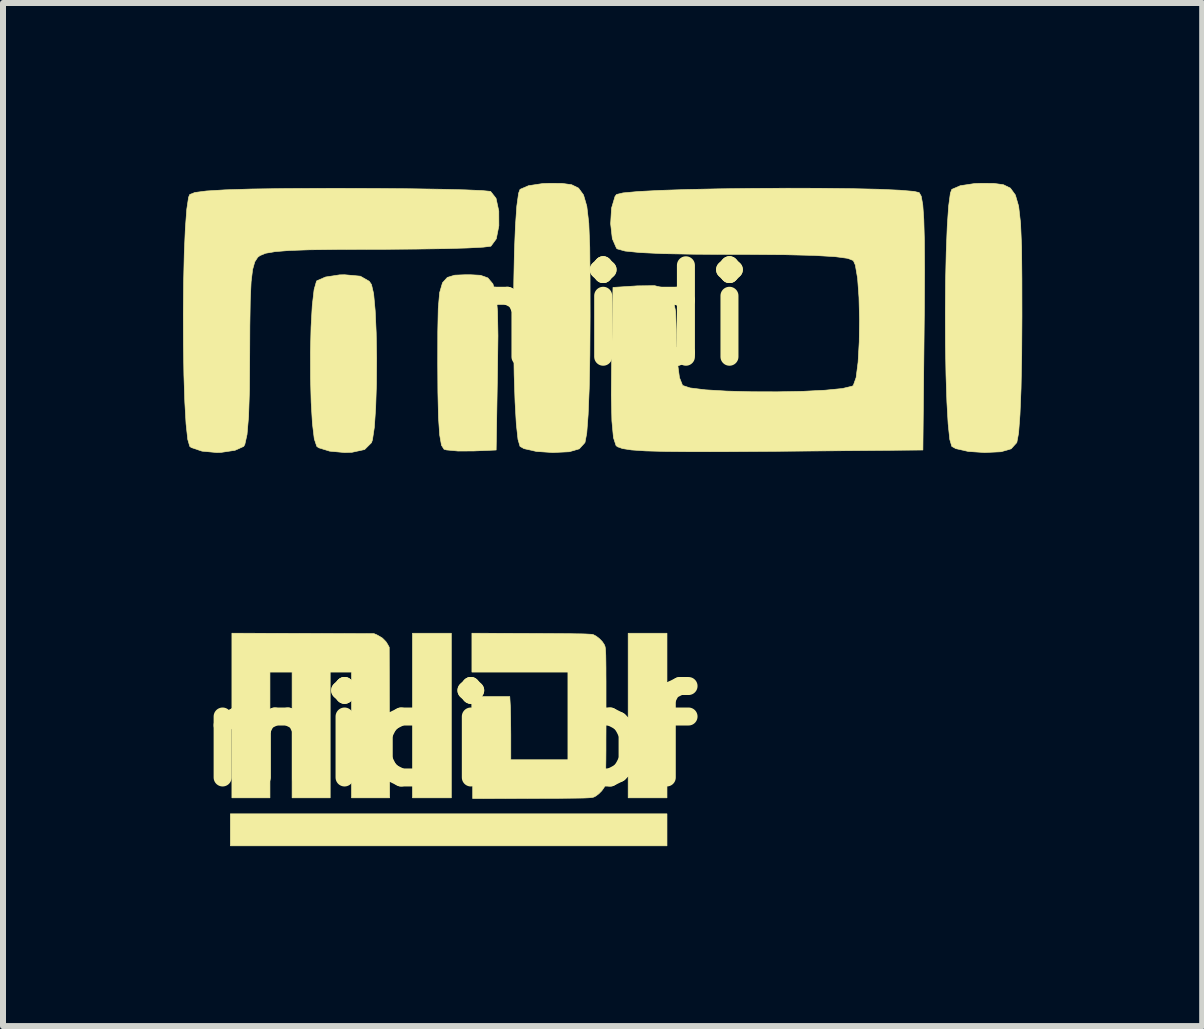
<source format=kicad_pcb>
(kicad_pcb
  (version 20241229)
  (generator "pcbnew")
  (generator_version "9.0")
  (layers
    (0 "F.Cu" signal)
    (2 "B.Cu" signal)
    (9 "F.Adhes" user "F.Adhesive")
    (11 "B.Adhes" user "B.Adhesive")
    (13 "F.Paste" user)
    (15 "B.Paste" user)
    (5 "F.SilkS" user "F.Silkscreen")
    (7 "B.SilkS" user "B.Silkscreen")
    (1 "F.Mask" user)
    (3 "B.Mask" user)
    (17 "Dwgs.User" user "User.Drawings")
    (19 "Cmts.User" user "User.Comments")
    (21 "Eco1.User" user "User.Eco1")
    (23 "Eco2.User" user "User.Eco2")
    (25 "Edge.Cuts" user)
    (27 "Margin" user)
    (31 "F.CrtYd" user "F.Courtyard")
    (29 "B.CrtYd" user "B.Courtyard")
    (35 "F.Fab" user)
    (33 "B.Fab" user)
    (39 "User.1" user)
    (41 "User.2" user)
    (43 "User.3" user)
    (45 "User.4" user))
  (footprint "midi_of"
    (layer "F.Cu")
    (at 4.434 9.218)
    (property "Reference" "midi_of" (at 0 0 0) (layer "F.SilkS") (effects (font (size 1.524 1.524) (thickness 0.3))))
    (attr through_hole)
    (fp_poly (pts (xy 0.038 1.029) (xy -0.61 1.029) (xy -0.61 -1.714) (xy 0.038 -1.714) (xy 0.038 1.029)) (stroke (width 0.01) (type solid)) (fill yes) (layer "F.SilkS"))
    (fp_poly (pts (xy 3.632 1.029) (xy 2.985 1.029) (xy 2.985 -1.714) (xy 3.632 -1.714) (xy 3.632 1.029)) (stroke (width 0.01) (type solid)) (fill yes) (layer "F.SilkS"))
    (fp_poly (pts (xy 3.632 1.829) (xy -3.645 1.829) (xy -3.645 1.295) (xy 3.632 1.295) (xy 3.632 1.829)) (stroke (width 0.01) (type solid)) (fill yes) (layer "F.SilkS"))
    (fp_poly (pts (xy -1.251 -1.708) (xy -1.187 -1.679) (xy -1.11 -1.633) (xy -1.052 -1.574) (xy -1.024 -1.53) (xy -0.997 -1.48) (xy -0.99 1.029) (xy -1.626 1.029) (xy -1.626 -1.067) (xy -1.981 -1.067) (xy -1.981 1.029) (xy -2.616 1.029) (xy -2.616 -1.067) (xy -2.985 -1.067) (xy -2.985 1.029) (xy -3.619 1.029) (xy -3.619 -1.715) (xy -1.251 -1.708)) (stroke (width 0.01) (type solid)) (fill yes) (layer "F.SilkS"))
    (fp_poly (pts (xy 1.368 -1.711) (xy 1.564 -1.71) (xy 1.735 -1.709) (xy 1.884 -1.708) (xy 2.011 -1.707) (xy 2.118 -1.705) (xy 2.206 -1.704) (xy 2.276 -1.702) (xy 2.329 -1.699) (xy 2.368 -1.697) (xy 2.392 -1.694) (xy 2.402 -1.692) (xy 2.453 -1.665) (xy 2.507 -1.623) (xy 2.555 -1.573) (xy 2.588 -1.523) (xy 2.592 -1.514) (xy 2.596 -1.504) (xy 2.6 -1.491) (xy 2.603 -1.476) (xy 2.606 -1.455) (xy 2.608 -1.428) (xy 2.61 -1.393) (xy 2.612 -1.348) (xy 2.613 -1.291) (xy 2.614 -1.221) (xy 2.615 -1.136) (xy 2.615 -1.035) (xy 2.616 -0.916) (xy 2.616 -0.777) (xy 2.616 -0.617) (xy 2.616 -0.433) (xy 2.616 -0.345) (xy 2.616 -0.129) (xy 2.615 0.066) (xy 2.615 0.24) (xy 2.614 0.392) (xy 2.612 0.522) (xy 2.611 0.629) (xy 2.609 0.713) (xy 2.607 0.772) (xy 2.604 0.807) (xy 2.603 0.815) (xy 2.582 0.86) (xy 2.545 0.911) (xy 2.499 0.958) (xy 2.45 0.996) (xy 2.423 1.011) (xy 2.412 1.016) (xy 2.399 1.02) (xy 2.382 1.023) (xy 2.359 1.026) (xy 2.33 1.028) (xy 2.291 1.03) (xy 2.242 1.032) (xy 2.18 1.033) (xy 2.104 1.034) (xy 2.012 1.035) (xy 1.903 1.036) (xy 1.773 1.037) (xy 1.623 1.037) (xy 1.449 1.038) (xy 1.381 1.038) (xy 0.394 1.041) (xy 0.394 0.771) (xy 0.393 0.699) (xy 0.393 0.607) (xy 0.392 0.497) (xy 0.391 0.375) (xy 0.389 0.245) (xy 0.388 0.111) (xy 0.386 -0.022) (xy 0.385 -0.079) (xy 0.377 -0.66) (xy 0.694 -0.66) (xy 1.012 -0.66) (xy 1.02 -0.525) (xy 1.023 -0.477) (xy 1.024 -0.408) (xy 1.026 -0.324) (xy 1.027 -0.227) (xy 1.028 -0.124) (xy 1.029 -0.019) (xy 1.029 0.002) (xy 1.029 0.394) (xy 1.981 0.394) (xy 1.981 -1.067) (xy 0.381 -1.067) (xy 0.381 -1.715) (xy 1.368 -1.711)) (stroke (width 0.01) (type solid)) (fill yes) (layer "F.SilkS")))
  (footprint "midi"
    (layer "F.Cu")
    (at 7.039 2.206)
    (property "Reference" "midi" (at 0 0 0) (layer "F.SilkS") (effects (font (size 1.524 1.524) (thickness 0.3))))
    (attr through_hole)
    (fp_poly (pts (xy -2.247 -0.677) (xy -2.08 -0.668) (xy -1.958 -0.624) (xy -1.874 -0.524) (xy -1.822 -0.346) (xy -1.797 -0.065) (xy -1.79 0.339) (xy -1.797 0.889) (xy -1.797 0.9) (xy -1.82 2.244) (xy -2.201 2.26) (xy -2.457 2.261) (xy -2.647 2.243) (xy -2.688 2.232) (xy -2.731 2.165) (xy -2.761 1.995) (xy -2.781 1.704) (xy -2.791 1.276) (xy -2.794 0.806) (xy -2.793 0.273) (xy -2.785 -0.114) (xy -2.762 -0.379) (xy -2.714 -0.544) (xy -2.633 -0.633) (xy -2.51 -0.67) (xy -2.338 -0.677) (xy -2.247 -0.677)) (stroke (width 0.01) (type solid)) (fill yes) (layer "F.SilkS"))
    (fp_poly (pts (xy -4.083 -0.653) (xy -3.935 -0.568) (xy -3.898 -0.514) (xy -3.862 -0.36) (xy -3.836 -0.077) (xy -3.819 0.294) (xy -3.812 0.714) (xy -3.815 1.143) (xy -3.828 1.539) (xy -3.85 1.864) (xy -3.882 2.076) (xy -3.898 2.122) (xy -4.012 2.236) (xy -4.223 2.282) (xy -4.346 2.286) (xy -4.595 2.263) (xy -4.777 2.207) (xy -4.809 2.184) (xy -4.851 2.059) (xy -4.882 1.802) (xy -4.903 1.45) (xy -4.914 1.041) (xy -4.915 0.611) (xy -4.905 0.198) (xy -4.885 -0.161) (xy -4.854 -0.43) (xy -4.814 -0.57) (xy -4.809 -0.576) (xy -4.665 -0.639) (xy -4.43 -0.675) (xy -4.346 -0.677) (xy -4.083 -0.653)) (stroke (width 0.01) (type solid)) (fill yes) (layer "F.SilkS"))
    (fp_poly (pts (xy -0.719 -2.199) (xy -0.563 -2.178) (xy -0.447 -2.121) (xy -0.364 -2.007) (xy -0.309 -1.818) (xy -0.276 -1.535) (xy -0.26 -1.138) (xy -0.255 -0.609) (xy -0.254 0.012) (xy -0.258 0.663) (xy -0.269 1.217) (xy -0.287 1.655) (xy -0.31 1.961) (xy -0.339 2.116) (xy -0.342 2.122) (xy -0.434 2.224) (xy -0.601 2.273) (xy -0.875 2.286) (xy -1.148 2.268) (xy -1.356 2.221) (xy -1.422 2.184) (xy -1.456 2.068) (xy -1.484 1.81) (xy -1.505 1.442) (xy -1.52 0.991) (xy -1.528 0.487) (xy -1.531 -0.041) (xy -1.526 -0.565) (xy -1.516 -1.056) (xy -1.499 -1.484) (xy -1.476 -1.82) (xy -1.446 -2.036) (xy -1.422 -2.1) (xy -1.281 -2.161) (xy -1.043 -2.197) (xy -0.92 -2.201) (xy -0.719 -2.199)) (stroke (width 0.01) (type solid)) (fill yes) (layer "F.SilkS"))
    (fp_poly (pts (xy 6.477 -2.199) (xy 6.633 -2.178) (xy 6.75 -2.121) (xy 6.833 -2.007) (xy 6.888 -1.818) (xy 6.92 -1.535) (xy 6.937 -1.138) (xy 6.942 -0.609) (xy 6.943 0.012) (xy 6.939 0.663) (xy 6.928 1.217) (xy 6.91 1.655) (xy 6.887 1.961) (xy 6.858 2.116) (xy 6.855 2.122) (xy 6.763 2.224) (xy 6.595 2.273) (xy 6.322 2.286) (xy 6.049 2.268) (xy 5.841 2.221) (xy 5.774 2.184) (xy 5.74 2.068) (xy 5.713 1.81) (xy 5.692 1.442) (xy 5.677 0.991) (xy 5.668 0.487) (xy 5.666 -0.041) (xy 5.67 -0.565) (xy 5.681 -1.056) (xy 5.698 -1.484) (xy 5.721 -1.82) (xy 5.75 -2.036) (xy 5.774 -2.1) (xy 5.915 -2.161) (xy 6.154 -2.197) (xy 6.276 -2.201) (xy 6.477 -2.199)) (stroke (width 0.01) (type solid)) (fill yes) (layer "F.SilkS"))
    (fp_poly (pts (xy -3.81 -2.115) (xy -3.237 -2.11) (xy -2.738 -2.102) (xy -2.337 -2.092) (xy -2.056 -2.08) (xy -1.918 -2.067) (xy -1.912 -2.065) (xy -1.822 -1.951) (xy -1.776 -1.738) (xy -1.775 -1.492) (xy -1.818 -1.275) (xy -1.906 -1.155) (xy -1.912 -1.152) (xy -2.034 -1.137) (xy -2.298 -1.123) (xy -2.677 -1.112) (xy -3.144 -1.105) (xy -3.673 -1.101) (xy -3.853 -1.101) (xy -4.467 -1.099) (xy -4.933 -1.093) (xy -5.273 -1.081) (xy -5.509 -1.062) (xy -5.663 -1.035) (xy -5.757 -0.996) (xy -5.794 -0.968) (xy -5.843 -0.892) (xy -5.879 -0.764) (xy -5.904 -0.559) (xy -5.918 -0.253) (xy -5.925 0.179) (xy -5.927 0.624) (xy -5.931 1.233) (xy -5.946 1.683) (xy -5.972 1.986) (xy -6.009 2.152) (xy -6.028 2.184) (xy -6.173 2.249) (xy -6.407 2.284) (xy -6.477 2.286) (xy -6.722 2.263) (xy -6.899 2.204) (xy -6.926 2.184) (xy -6.96 2.067) (xy -6.988 1.81) (xy -7.009 1.442) (xy -7.024 0.993) (xy -7.032 0.492) (xy -7.034 -0.032) (xy -7.029 -0.549) (xy -7.018 -1.031) (xy -7 -1.448) (xy -6.976 -1.77) (xy -6.946 -1.969) (xy -6.926 -2.015) (xy -6.841 -2.048) (xy -6.649 -2.073) (xy -6.339 -2.092) (xy -5.899 -2.106) (xy -5.315 -2.114) (xy -4.577 -2.117) (xy -4.435 -2.117) (xy -3.81 -2.115)) (stroke (width 0.01) (type solid)) (fill yes) (layer "F.SilkS"))
    (fp_poly (pts (xy 3.584 -2.118) (xy 4.101 -2.112) (xy 4.55 -2.102) (xy 4.907 -2.086) (xy 5.144 -2.066) (xy 5.23 -2.046) (xy 5.264 -1.986) (xy 5.29 -1.843) (xy 5.307 -1.603) (xy 5.317 -1.247) (xy 5.32 -0.761) (xy 5.317 -0.128) (xy 5.314 0.133) (xy 5.292 2.244) (xy 2.784 2.266) (xy 2.045 2.271) (xy 1.458 2.272) (xy 1.005 2.268) (xy 0.671 2.259) (xy 0.437 2.243) (xy 0.287 2.22) (xy 0.203 2.19) (xy 0.178 2.17) (xy 0.135 2.038) (xy 0.109 1.76) (xy 0.099 1.329) (xy 0.104 0.793) (xy 0.127 -0.466) (xy 0.536 -0.492) (xy 0.823 -0.495) (xy 1.011 -0.443) (xy 1.12 -0.308) (xy 1.172 -0.063) (xy 1.185 0.321) (xy 1.185 0.374) (xy 1.198 0.762) (xy 1.235 1.037) (xy 1.287 1.168) (xy 1.411 1.209) (xy 1.668 1.241) (xy 2.022 1.262) (xy 2.434 1.273) (xy 2.87 1.274) (xy 3.292 1.266) (xy 3.665 1.247) (xy 3.951 1.219) (xy 4.114 1.18) (xy 4.132 1.168) (xy 4.179 1.037) (xy 4.212 0.78) (xy 4.231 0.443) (xy 4.236 0.069) (xy 4.227 -0.299) (xy 4.204 -0.616) (xy 4.166 -0.839) (xy 4.132 -0.914) (xy 4.036 -0.951) (xy 3.824 -0.979) (xy 3.482 -0.999) (xy 2.999 -1.011) (xy 2.363 -1.016) (xy 2.159 -1.016) (xy 1.478 -1.019) (xy 0.954 -1.029) (xy 0.575 -1.047) (xy 0.328 -1.072) (xy 0.202 -1.107) (xy 0.186 -1.118) (xy 0.116 -1.279) (xy 0.088 -1.527) (xy 0.103 -1.787) (xy 0.161 -1.982) (xy 0.186 -2.015) (xy 0.294 -2.041) (xy 0.545 -2.064) (xy 0.913 -2.083) (xy 1.371 -2.098) (xy 1.893 -2.109) (xy 2.454 -2.116) (xy 3.026 -2.119) (xy 3.584 -2.118)) (stroke (width 0.01) (type solid)) (fill yes) (layer "F.SilkS")))
  (gr_rect
    (start -3 -3)
    (end 16.986 14.051)
    (stroke (width 0.1) (type default))
    (fill no)
    (layer "Edge.Cuts")))
</source>
